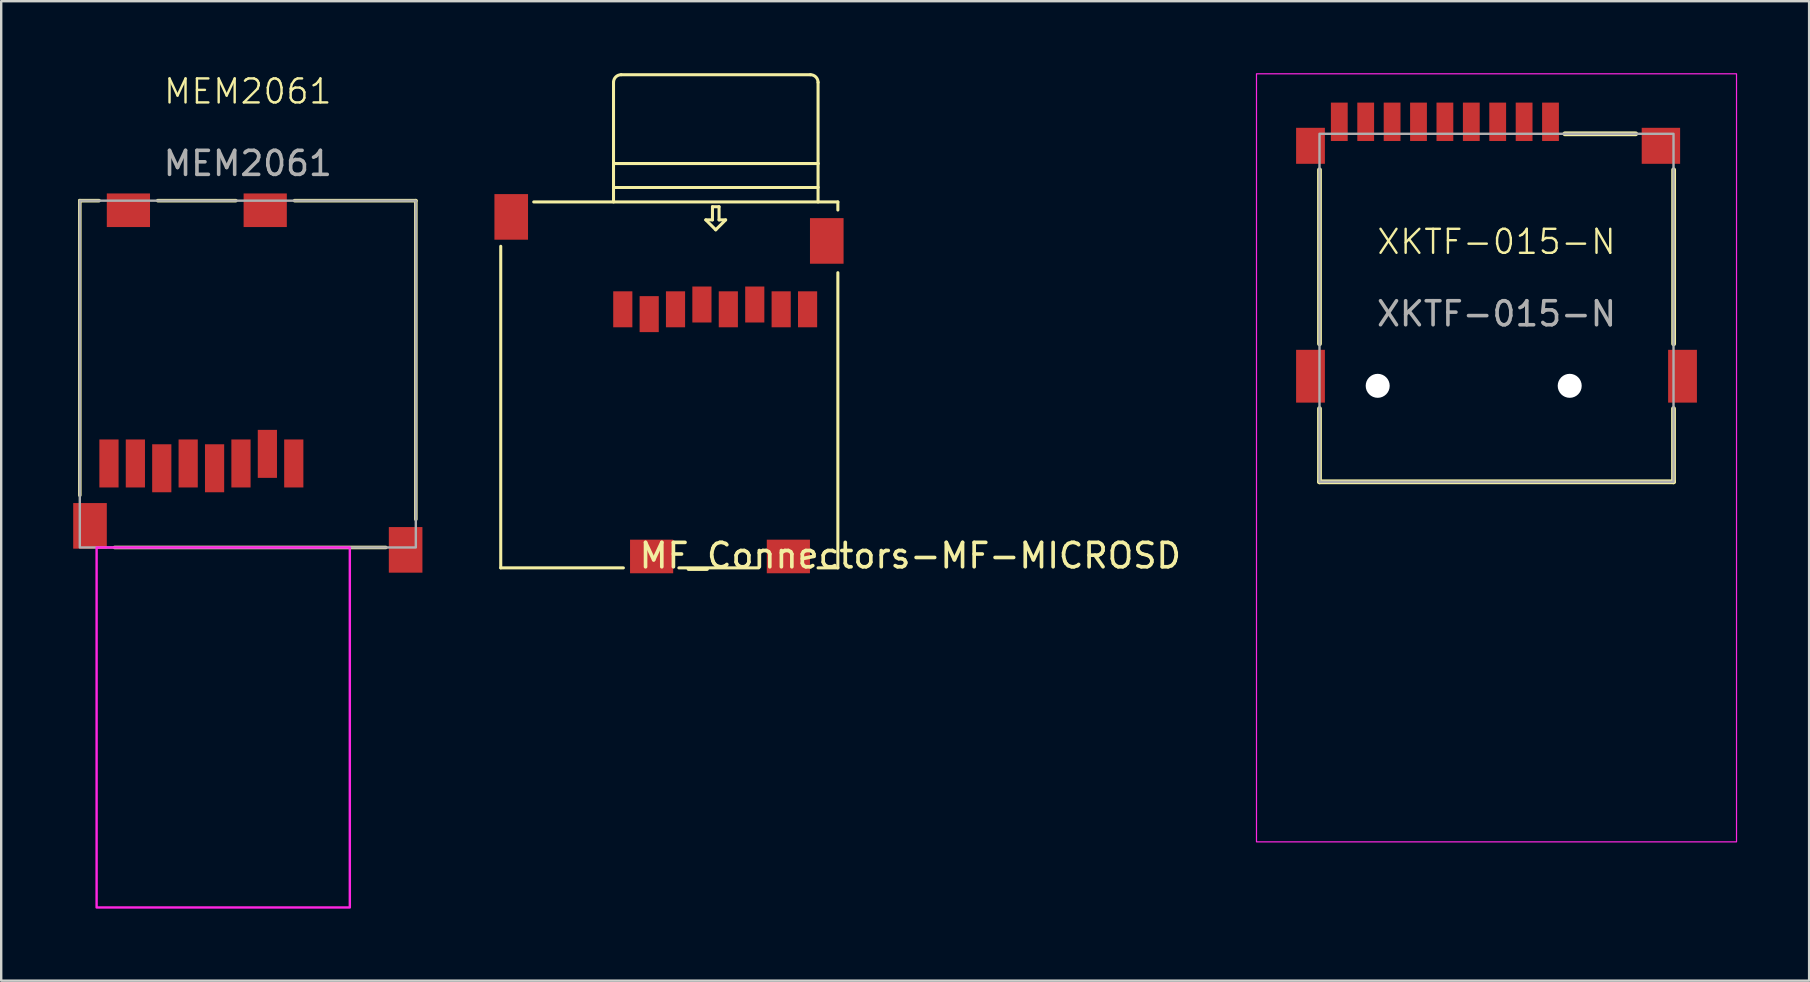
<source format=kicad_pcb>
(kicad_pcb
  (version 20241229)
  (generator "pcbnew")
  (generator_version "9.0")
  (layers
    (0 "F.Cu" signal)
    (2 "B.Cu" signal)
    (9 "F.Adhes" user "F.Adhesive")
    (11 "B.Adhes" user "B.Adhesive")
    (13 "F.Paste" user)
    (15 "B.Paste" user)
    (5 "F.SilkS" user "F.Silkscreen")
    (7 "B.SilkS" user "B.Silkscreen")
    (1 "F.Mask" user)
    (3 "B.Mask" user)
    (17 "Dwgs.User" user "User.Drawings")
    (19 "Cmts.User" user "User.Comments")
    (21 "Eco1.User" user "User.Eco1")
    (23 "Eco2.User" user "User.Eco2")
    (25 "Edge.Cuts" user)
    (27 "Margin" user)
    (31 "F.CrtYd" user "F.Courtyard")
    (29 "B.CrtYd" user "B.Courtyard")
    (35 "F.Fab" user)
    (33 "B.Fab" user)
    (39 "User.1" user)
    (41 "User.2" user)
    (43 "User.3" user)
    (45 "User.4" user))
  (footprint "MF_Connectors-MF-MICROSD"
    (layer "F.Cu")
    (at 24.836 12.987)
    (property "Reference" "MF_Connectors-MF-MICROSD" (at 10.041 7.115 0) (layer "F.SilkS") (effects (font (size 1.016 1.016) (thickness 0.152))))
    (attr smd)
    (fp_line (start -7.023 -5.776) (end -7.023 7.623) (stroke (width 0.127) (type solid)) (layer "F.SilkS"))
    (fp_line (start -7.023 7.623) (end -1.913 7.623) (stroke (width 0.127) (type solid)) (layer "F.SilkS"))
    (fp_line (start -2.324 -9.223) (end -2.324 -12.606) (stroke (width 0.127) (type solid)) (layer "F.SilkS"))
    (fp_line (start -2.324 -9.223) (end 6.198 -9.223) (stroke (width 0.127) (type solid)) (layer "F.SilkS"))
    (fp_line (start -2.324 -8.225) (end -2.324 -9.223) (stroke (width 0.127) (type solid)) (layer "F.SilkS"))
    (fp_line (start -2.324 -8.225) (end 6.198 -8.225) (stroke (width 0.127) (type solid)) (layer "F.SilkS"))
    (fp_line (start -2.324 -7.623) (end -2.324 -8.225) (stroke (width 0.127) (type solid)) (layer "F.SilkS"))
    (fp_line (start -2.007 -12.924) (end 5.88 -12.924) (stroke (width 0.127) (type solid)) (layer "F.SilkS"))
    (fp_line (start 0.399 7.623) (end 3.724 7.623) (stroke (width 0.127) (type solid)) (layer "F.SilkS"))
    (fp_line (start 1.521 -6.876) (end 1.798 -6.876) (stroke (width 0.127) (type solid)) (layer "F.SilkS"))
    (fp_line (start 1.798 -7.424) (end 2.073 -7.424) (stroke (width 0.127) (type solid)) (layer "F.SilkS"))
    (fp_line (start 1.798 -6.876) (end 1.798 -7.424) (stroke (width 0.127) (type solid)) (layer "F.SilkS"))
    (fp_line (start 1.935 -6.462) (end 1.521 -6.876) (stroke (width 0.127) (type solid)) (layer "F.SilkS"))
    (fp_line (start 2.073 -7.424) (end 2.073 -6.876) (stroke (width 0.127) (type solid)) (layer "F.SilkS"))
    (fp_line (start 2.073 -6.876) (end 2.347 -6.876) (stroke (width 0.127) (type solid)) (layer "F.SilkS"))
    (fp_line (start 2.347 -6.876) (end 1.935 -6.462) (stroke (width 0.127) (type solid)) (layer "F.SilkS"))
    (fp_line (start 6.198 -12.606) (end 6.198 -9.223) (stroke (width 0.127) (type solid)) (layer "F.SilkS"))
    (fp_line (start 6.198 -9.223) (end 6.198 -8.25) (stroke (width 0.127) (type solid)) (layer "F.SilkS"))
    (fp_line (start 6.198 -7.623) (end 6.198 -8.225) (stroke (width 0.127) (type solid)) (layer "F.SilkS"))
    (fp_line (start 6.198 7.623) (end 7.023 7.623) (stroke (width 0.127) (type solid)) (layer "F.SilkS"))
    (fp_line (start 7.023 -7.623) (end -5.649 -7.623) (stroke (width 0.127) (type solid)) (layer "F.SilkS"))
    (fp_line (start 7.023 -7.287) (end 7.023 -7.623) (stroke (width 0.127) (type solid)) (layer "F.SilkS"))
    (fp_line (start 7.023 7.623) (end 7.023 -4.676) (stroke (width 0.127) (type solid)) (layer "F.SilkS"))
    (fp_arc (start -2.3241 -12.60602) (mid -2.231106 -12.830526) (end -2.0066 -12.92352) (stroke (width 0.127) (type solid)) (layer "F.SilkS"))
    (fp_arc (start 5.8801 -12.92352) (mid 6.104606 -12.830526) (end 6.1976 -12.60602) (stroke (width 0.127) (type solid)) (layer "F.SilkS"))
    (pad "1" smd rect (at -1.938 -3.15 180) (size 0.798 1.499) (layers "F.Cu" "F.Mask" "F.Paste"))
    (pad "2" smd rect (at -0.838 -2.949 180) (size 0.798 1.499) (layers "F.Cu" "F.Mask" "F.Paste"))
    (pad "3" smd rect (at 0.259 -3.15 180) (size 0.798 1.499) (layers "F.Cu" "F.Mask" "F.Paste"))
    (pad "4" smd rect (at 1.359 -3.35 180) (size 0.798 1.499) (layers "F.Cu" "F.Mask" "F.Paste"))
    (pad "5" smd rect (at 2.459 -3.15 180) (size 0.798 1.499) (layers "F.Cu" "F.Mask" "F.Paste"))
    (pad "6" smd rect (at -6.586 -7) (size 1.4 1.9) (layers "F.Cu" "F.Mask" "F.Paste"))
    (pad "6" smd rect (at 3.561 -3.35 180) (size 0.798 1.499) (layers "F.Cu" "F.Mask" "F.Paste"))
    (pad "6" smd rect (at 6.561 -5.999) (size 1.4 1.9) (layers "F.Cu" "F.Mask" "F.Paste"))
    (pad "7" smd rect (at 4.661 -3.15 180) (size 0.798 1.499) (layers "F.Cu" "F.Mask" "F.Paste"))
    (pad "8" smd rect (at 5.761 -3.15 180) (size 0.798 1.499) (layers "F.Cu" "F.Mask" "F.Paste"))
    (pad "9" smd rect (at 4.961 7.148) (size 1.798 1.4) (layers "F.Cu" "F.Mask" "F.Paste"))
    (pad "10" smd rect (at -0.737 7.148) (size 1.798 1.4) (layers "F.Cu" "F.Mask" "F.Paste")))
  (footprint "MEM2061"
    (layer "F.Cu")
    (at 7.275 18.86)
    (property "Reference" "MEM2061" (at 0 -18.1 0) (unlocked yes) (layer "F.SilkS") (effects (font (size 1 1) (thickness 0.1))))
    (attr smd)
    (fp_line (start -7 -13.55) (end -7 -1.275) (stroke (width 0.15) (type default)) (layer "F.SilkS"))
    (fp_line (start -7 -13.55) (end -6.2 -13.55) (stroke (width 0.15) (type default)) (layer "F.SilkS"))
    (fp_line (start -5.55 0.9) (end 5.75 0.9) (stroke (width 0.15) (type default)) (layer "F.SilkS"))
    (fp_line (start -0.5 -13.55) (end -3.75 -13.55) (stroke (width 0.15) (type default)) (layer "F.SilkS"))
    (fp_line (start 7 -13.55) (end 1.95 -13.55) (stroke (width 0.15) (type default)) (layer "F.SilkS"))
    (fp_line (start 7 -0.275) (end 7 -13.55) (stroke (width 0.15) (type default)) (layer "F.SilkS"))
    (fp_rect (start -6.3 0.9) (end 4.25 15.9) (stroke (width 0.1) (type default)) (fill no) (layer "F.CrtYd"))
    (fp_rect (start -7 -13.55) (end 7 0.9) (stroke (width 0.1) (type default)) (fill no) (layer "F.Fab"))
    (fp_text user "${REFERENCE}" (at 0 -15.1 0) (unlocked yes) (layer "F.Fab") (effects (font (size 1 1) (thickness 0.15))))
    (pad "1" smd rect (at 1.915 -2.6) (size 0.8 2) (layers "F.Cu" "F.Mask" "F.Paste"))
    (pad "2" smd rect (at 0.815 -3) (size 0.8 2) (layers "F.Cu" "F.Mask" "F.Paste"))
    (pad "3" smd rect (at -0.285 -2.6) (size 0.8 2) (layers "F.Cu" "F.Mask" "F.Paste"))
    (pad "4" smd rect (at -1.385 -2.4) (size 0.8 2) (layers "F.Cu" "F.Mask" "F.Paste"))
    (pad "5" smd rect (at -2.485 -2.6) (size 0.8 2) (layers "F.Cu" "F.Mask" "F.Paste"))
    (pad "6" smd rect (at -3.585 -2.4) (size 0.8 2) (layers "F.Cu" "F.Mask" "F.Paste"))
    (pad "7" smd rect (at -4.685 -2.6) (size 0.8 2) (layers "F.Cu" "F.Mask" "F.Paste"))
    (pad "8" smd rect (at -5.785 -2.6) (size 0.8 2) (layers "F.Cu" "F.Mask" "F.Paste"))
    (pad "9" smd rect (at -4.975 -13.15) (size 1.8 1.4) (layers "F.Cu" "F.Mask" "F.Paste"))
    (pad "10" smd rect (at 0.725 -13.15) (size 1.8 1.4) (layers "F.Cu" "F.Mask" "F.Paste"))
    (pad "11" smd rect (at -6.575 0) (size 1.4 1.9) (layers "F.Cu" "F.Mask" "F.Paste"))
    (pad "11" smd rect (at 6.575 1) (size 1.4 1.9) (layers "F.Cu" "F.Mask" "F.Paste"))
    (zone (net_name "") (layers "F.Cu" "F.CrtYd") (hatch edge 0.5) (connect_pads) (min_thickness 0.25) (filled_areas_thickness no) (keepout (tracks not_allowed) (vias not_allowed) (pads not_allowed) (copperpour allowed) (footprints allowed)) (placement (enabled no)) (fill) (polygon (pts (xy 10.62 7.861) (xy 10.62 9.941) (xy 0.25 9.941) (xy 0.25 7.861)))))
  (footprint "XKTF-015-N"
    (layer "F.Cu")
    (at 59.301 13.025)
    (property "Reference" "XKTF-015-N" (at 0 -6 0) (unlocked yes) (layer "F.SilkS") (effects (font (size 1 1) (thickness 0.1))))
    (attr smd)
    (fp_line (start -7.375 -9) (end -7.375 -1.75) (stroke (width 0.2) (type default)) (layer "F.SilkS"))
    (fp_line (start -7.375 4) (end -7.375 0.95) (stroke (width 0.2) (type default)) (layer "F.SilkS"))
    (fp_line (start -7.375 4) (end 7.375 4) (stroke (width 0.2) (type default)) (layer "F.SilkS"))
    (fp_line (start 2.85 -10.5) (end 5.8 -10.5) (stroke (width 0.2) (type default)) (layer "F.SilkS"))
    (fp_line (start 7.375 4) (end 7.375 0.95) (stroke (width 0.2) (type default)) (layer "F.SilkS"))
    (fp_line (start 7.38 -9) (end 7.38 -1.75) (stroke (width 0.2) (type default)) (layer "F.SilkS"))
    (fp_rect (start -10 -13) (end 10 19) (stroke (width 0.05) (type default)) (fill no) (layer "F.CrtYd"))
    (fp_rect (start -7.375 -10.5) (end 7.375 4) (stroke (width 0.1) (type default)) (fill no) (layer "F.Fab"))
    (fp_text user "${REFERENCE}" (at 0 -3 0) (unlocked yes) (layer "F.Fab") (effects (font (size 1 1) (thickness 0.15))))
    (pad "" smd rect (at -7.75 -10) (size 1.2 1.5) (layers "F.Cu" "F.Mask" "F.Paste"))
    (pad "" smd rect (at -7.75 -0.4) (size 1.2 2.2) (layers "F.Cu" "F.Mask" "F.Paste"))
    (pad "" np_thru_hole circle (at -4.95 0) (size 1 1) (drill 1) (layers "*.Cu" "*.Mask"))
    (pad "" np_thru_hole circle (at 3.05 0) (size 1 1) (drill 1) (layers "*.Cu" "*.Mask"))
    (pad "" smd rect (at 6.85 -10) (size 1.6 1.5) (layers "F.Cu" "F.Mask" "F.Paste"))
    (pad "" smd rect (at 7.75 -0.4) (size 1.2 2.2) (layers "F.Cu" "F.Mask" "F.Paste"))
    (pad "1" smd rect (at 2.25 -11) (size 0.7 1.6) (layers "F.Cu" "F.Mask" "F.Paste"))
    (pad "2" smd rect (at 1.15 -11) (size 0.7 1.6) (layers "F.Cu" "F.Mask" "F.Paste"))
    (pad "3" smd rect (at 0.05 -11) (size 0.7 1.6) (layers "F.Cu" "F.Mask" "F.Paste"))
    (pad "4" smd rect (at -1.05 -11) (size 0.7 1.6) (layers "F.Cu" "F.Mask" "F.Paste"))
    (pad "5" smd rect (at -2.15 -11) (size 0.7 1.6) (layers "F.Cu" "F.Mask" "F.Paste"))
    (pad "6" smd rect (at -3.25 -11) (size 0.7 1.6) (layers "F.Cu" "F.Mask" "F.Paste"))
    (pad "7" smd rect (at -4.35 -11) (size 0.7 1.6) (layers "F.Cu" "F.Mask" "F.Paste"))
    (pad "8" smd rect (at -5.45 -11) (size 0.7 1.6) (layers "F.Cu" "F.Mask" "F.Paste"))
    (pad "Cd" smd rect (at -6.55 -11) (size 0.7 1.6) (layers "F.Cu" "F.Mask" "F.Paste")))
  (gr_rect
    (start -3 -3)
    (end 72.326 37.81)
    (stroke (width 0.1) (type default))
    (fill no)
    (layer "Edge.Cuts")))
</source>
